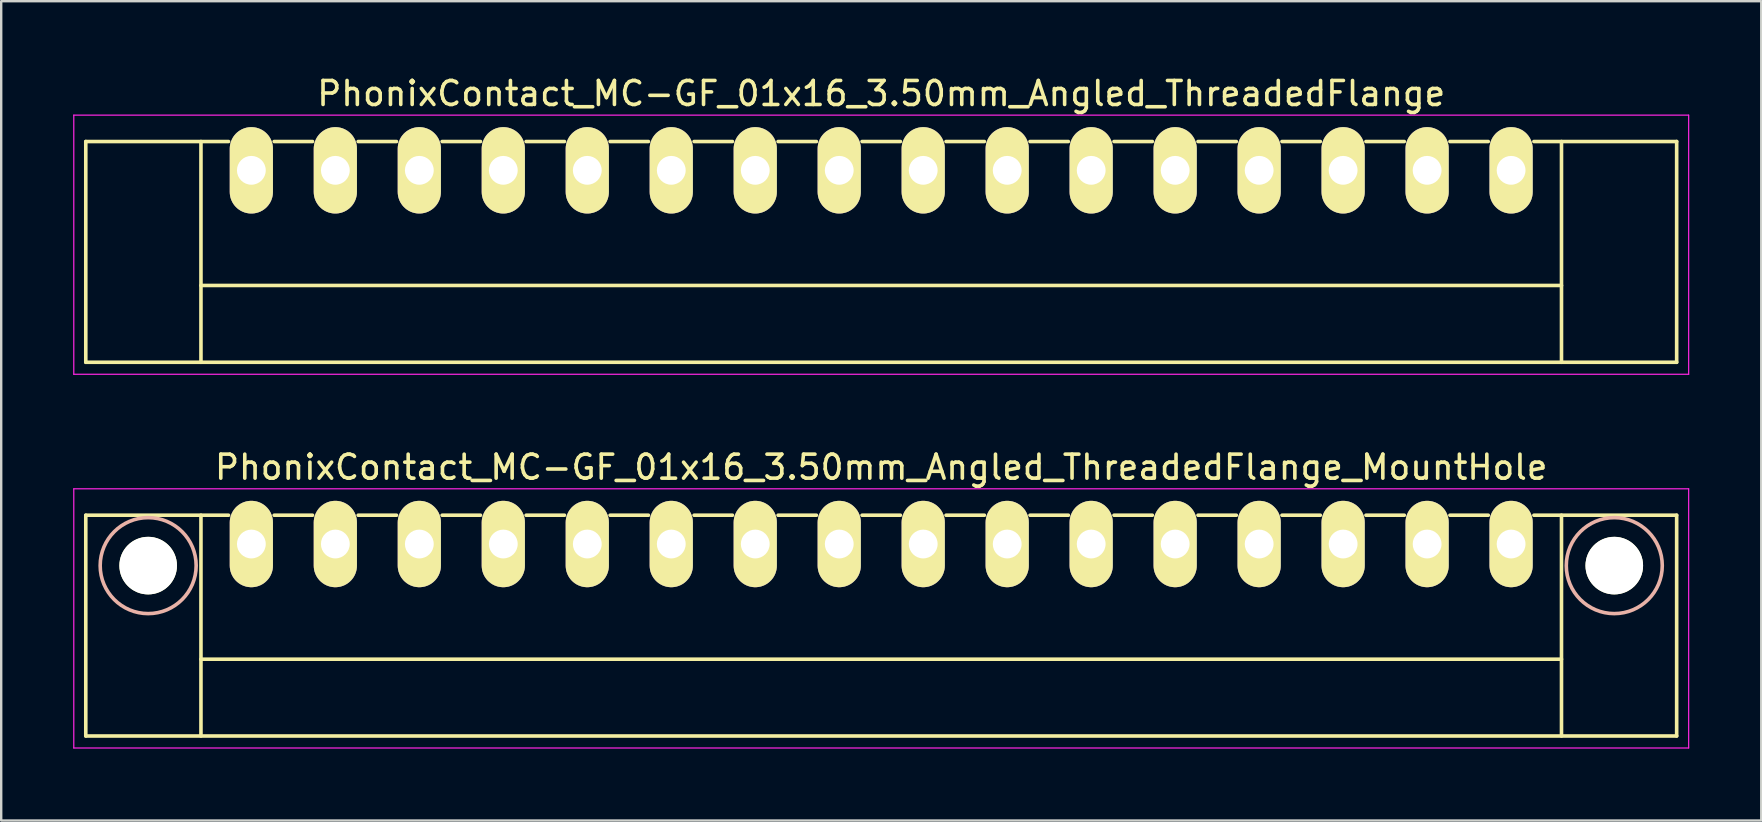
<source format=kicad_pcb>
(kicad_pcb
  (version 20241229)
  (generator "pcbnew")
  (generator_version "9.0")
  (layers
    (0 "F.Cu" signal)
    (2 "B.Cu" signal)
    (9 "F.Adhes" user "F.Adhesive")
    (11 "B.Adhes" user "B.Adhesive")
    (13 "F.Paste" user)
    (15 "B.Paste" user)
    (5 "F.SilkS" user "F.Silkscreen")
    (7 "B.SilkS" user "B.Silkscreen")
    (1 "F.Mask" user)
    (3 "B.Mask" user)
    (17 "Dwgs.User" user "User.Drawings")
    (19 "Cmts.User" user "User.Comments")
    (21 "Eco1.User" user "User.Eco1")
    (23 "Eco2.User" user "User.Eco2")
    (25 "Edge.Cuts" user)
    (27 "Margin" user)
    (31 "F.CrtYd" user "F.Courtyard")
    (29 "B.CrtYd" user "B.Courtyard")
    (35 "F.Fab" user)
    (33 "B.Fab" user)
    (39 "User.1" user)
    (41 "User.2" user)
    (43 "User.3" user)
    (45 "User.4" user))
  (footprint "PhonixContact_MC-GF_01x16_3.50mm_Angled_ThreadedFlange"
    (layer "F.Cu")
    (at 7.425 4.048)
    (property "Reference" "PhonixContact_MC-GF_01x16_3.50mm_Angled_ThreadedFlange" (at 26.25 -3.2 0) (layer "F.SilkS") (effects (font (size 1 1) (thickness 0.15))))
    (attr through_hole)
    (fp_line (start -6.9 -1.2) (end -6.9 8) (stroke (width 0.15) (type solid)) (layer "F.SilkS"))
    (fp_line (start -6.9 -1.2) (end -0.95 -1.2) (stroke (width 0.15) (type solid)) (layer "F.SilkS"))
    (fp_line (start -6.9 8) (end 59.4 8) (stroke (width 0.15) (type solid)) (layer "F.SilkS"))
    (fp_line (start -2.1 -1.2) (end -2.1 8) (stroke (width 0.15) (type solid)) (layer "F.SilkS"))
    (fp_line (start -2.1 4.8) (end 54.6 4.8) (stroke (width 0.15) (type solid)) (layer "F.SilkS"))
    (fp_line (start 0.95 -1.2) (end 2.55 -1.2) (stroke (width 0.15) (type solid)) (layer "F.SilkS"))
    (fp_line (start 4.45 -1.2) (end 6.05 -1.2) (stroke (width 0.15) (type solid)) (layer "F.SilkS"))
    (fp_line (start 7.95 -1.2) (end 9.55 -1.2) (stroke (width 0.15) (type solid)) (layer "F.SilkS"))
    (fp_line (start 11.45 -1.2) (end 13.05 -1.2) (stroke (width 0.15) (type solid)) (layer "F.SilkS"))
    (fp_line (start 14.95 -1.2) (end 16.55 -1.2) (stroke (width 0.15) (type solid)) (layer "F.SilkS"))
    (fp_line (start 18.45 -1.2) (end 20.05 -1.2) (stroke (width 0.15) (type solid)) (layer "F.SilkS"))
    (fp_line (start 21.95 -1.2) (end 23.55 -1.2) (stroke (width 0.15) (type solid)) (layer "F.SilkS"))
    (fp_line (start 25.45 -1.2) (end 27.05 -1.2) (stroke (width 0.15) (type solid)) (layer "F.SilkS"))
    (fp_line (start 28.95 -1.2) (end 30.55 -1.2) (stroke (width 0.15) (type solid)) (layer "F.SilkS"))
    (fp_line (start 32.45 -1.2) (end 34.05 -1.2) (stroke (width 0.15) (type solid)) (layer "F.SilkS"))
    (fp_line (start 35.95 -1.2) (end 37.55 -1.2) (stroke (width 0.15) (type solid)) (layer "F.SilkS"))
    (fp_line (start 39.45 -1.2) (end 41.05 -1.2) (stroke (width 0.15) (type solid)) (layer "F.SilkS"))
    (fp_line (start 42.95 -1.2) (end 44.55 -1.2) (stroke (width 0.15) (type solid)) (layer "F.SilkS"))
    (fp_line (start 46.45 -1.2) (end 48.05 -1.2) (stroke (width 0.15) (type solid)) (layer "F.SilkS"))
    (fp_line (start 49.95 -1.2) (end 51.55 -1.2) (stroke (width 0.15) (type solid)) (layer "F.SilkS"))
    (fp_line (start 54.6 -1.2) (end 54.6 8) (stroke (width 0.15) (type solid)) (layer "F.SilkS"))
    (fp_line (start 59.4 -1.2) (end 53.45 -1.2) (stroke (width 0.15) (type solid)) (layer "F.SilkS"))
    (fp_line (start 59.4 8) (end 59.4 -1.2) (stroke (width 0.15) (type solid)) (layer "F.SilkS"))
    (fp_line (start -7.4 -2.3) (end -7.4 8.5) (stroke (width 0.05) (type solid)) (layer "F.CrtYd"))
    (fp_line (start -7.4 8.5) (end 59.9 8.5) (stroke (width 0.05) (type solid)) (layer "F.CrtYd"))
    (fp_line (start 59.9 -2.3) (end -7.4 -2.3) (stroke (width 0.05) (type solid)) (layer "F.CrtYd"))
    (fp_line (start 59.9 8.5) (end 59.9 -2.3) (stroke (width 0.05) (type solid)) (layer "F.CrtYd"))
    (pad "1" thru_hole oval (at 0 0) (size 1.8 3.6) (drill 1.2) (layers "*.Cu" "*.Mask" "F.SilkS"))
    (pad "2" thru_hole oval (at 3.5 0) (size 1.8 3.6) (drill 1.2) (layers "*.Cu" "*.Mask" "F.SilkS"))
    (pad "3" thru_hole oval (at 7 0) (size 1.8 3.6) (drill 1.2) (layers "*.Cu" "*.Mask" "F.SilkS"))
    (pad "4" thru_hole oval (at 10.5 0) (size 1.8 3.6) (drill 1.2) (layers "*.Cu" "*.Mask" "F.SilkS"))
    (pad "5" thru_hole oval (at 14 0) (size 1.8 3.6) (drill 1.2) (layers "*.Cu" "*.Mask" "F.SilkS"))
    (pad "6" thru_hole oval (at 17.5 0) (size 1.8 3.6) (drill 1.2) (layers "*.Cu" "*.Mask" "F.SilkS"))
    (pad "7" thru_hole oval (at 21 0) (size 1.8 3.6) (drill 1.2) (layers "*.Cu" "*.Mask" "F.SilkS"))
    (pad "8" thru_hole oval (at 24.5 0) (size 1.8 3.6) (drill 1.2) (layers "*.Cu" "*.Mask" "F.SilkS"))
    (pad "9" thru_hole oval (at 28 0) (size 1.8 3.6) (drill 1.2) (layers "*.Cu" "*.Mask" "F.SilkS"))
    (pad "10" thru_hole oval (at 31.5 0) (size 1.8 3.6) (drill 1.2) (layers "*.Cu" "*.Mask" "F.SilkS"))
    (pad "11" thru_hole oval (at 35 0) (size 1.8 3.6) (drill 1.2) (layers "*.Cu" "*.Mask" "F.SilkS"))
    (pad "12" thru_hole oval (at 38.5 0) (size 1.8 3.6) (drill 1.2) (layers "*.Cu" "*.Mask" "F.SilkS"))
    (pad "13" thru_hole oval (at 42 0) (size 1.8 3.6) (drill 1.2) (layers "*.Cu" "*.Mask" "F.SilkS"))
    (pad "14" thru_hole oval (at 45.5 0) (size 1.8 3.6) (drill 1.2) (layers "*.Cu" "*.Mask" "F.SilkS"))
    (pad "15" thru_hole oval (at 49 0) (size 1.8 3.6) (drill 1.2) (layers "*.Cu" "*.Mask" "F.SilkS"))
    (pad "16" thru_hole oval (at 52.5 0) (size 1.8 3.6) (drill 1.2) (layers "*.Cu" "*.Mask" "F.SilkS")))
  (footprint "PhonixContact_MC-GF_01x16_3.50mm_Angled_ThreadedFlange_MountHole"
    (layer "F.Cu")
    (at 7.425 19.622)
    (property "Reference" "PhonixContact_MC-GF_01x16_3.50mm_Angled_ThreadedFlange_MountHole" (at 26.25 -3.2 0) (layer "F.SilkS") (effects (font (size 1 1) (thickness 0.15))))
    (attr through_hole)
    (fp_line (start -6.9 -1.2) (end -6.9 8) (stroke (width 0.15) (type solid)) (layer "F.SilkS"))
    (fp_line (start -6.9 -1.2) (end -0.95 -1.2) (stroke (width 0.15) (type solid)) (layer "F.SilkS"))
    (fp_line (start -6.9 8) (end 59.4 8) (stroke (width 0.15) (type solid)) (layer "F.SilkS"))
    (fp_line (start -2.1 -1.2) (end -2.1 8) (stroke (width 0.15) (type solid)) (layer "F.SilkS"))
    (fp_line (start -2.1 4.8) (end 54.6 4.8) (stroke (width 0.15) (type solid)) (layer "F.SilkS"))
    (fp_line (start 0.95 -1.2) (end 2.55 -1.2) (stroke (width 0.15) (type solid)) (layer "F.SilkS"))
    (fp_line (start 4.45 -1.2) (end 6.05 -1.2) (stroke (width 0.15) (type solid)) (layer "F.SilkS"))
    (fp_line (start 7.95 -1.2) (end 9.55 -1.2) (stroke (width 0.15) (type solid)) (layer "F.SilkS"))
    (fp_line (start 11.45 -1.2) (end 13.05 -1.2) (stroke (width 0.15) (type solid)) (layer "F.SilkS"))
    (fp_line (start 14.95 -1.2) (end 16.55 -1.2) (stroke (width 0.15) (type solid)) (layer "F.SilkS"))
    (fp_line (start 18.45 -1.2) (end 20.05 -1.2) (stroke (width 0.15) (type solid)) (layer "F.SilkS"))
    (fp_line (start 21.95 -1.2) (end 23.55 -1.2) (stroke (width 0.15) (type solid)) (layer "F.SilkS"))
    (fp_line (start 25.45 -1.2) (end 27.05 -1.2) (stroke (width 0.15) (type solid)) (layer "F.SilkS"))
    (fp_line (start 28.95 -1.2) (end 30.55 -1.2) (stroke (width 0.15) (type solid)) (layer "F.SilkS"))
    (fp_line (start 32.45 -1.2) (end 34.05 -1.2) (stroke (width 0.15) (type solid)) (layer "F.SilkS"))
    (fp_line (start 35.95 -1.2) (end 37.55 -1.2) (stroke (width 0.15) (type solid)) (layer "F.SilkS"))
    (fp_line (start 39.45 -1.2) (end 41.05 -1.2) (stroke (width 0.15) (type solid)) (layer "F.SilkS"))
    (fp_line (start 42.95 -1.2) (end 44.55 -1.2) (stroke (width 0.15) (type solid)) (layer "F.SilkS"))
    (fp_line (start 46.45 -1.2) (end 48.05 -1.2) (stroke (width 0.15) (type solid)) (layer "F.SilkS"))
    (fp_line (start 49.95 -1.2) (end 51.55 -1.2) (stroke (width 0.15) (type solid)) (layer "F.SilkS"))
    (fp_line (start 54.6 -1.2) (end 54.6 8) (stroke (width 0.15) (type solid)) (layer "F.SilkS"))
    (fp_line (start 59.4 -1.2) (end 53.45 -1.2) (stroke (width 0.15) (type solid)) (layer "F.SilkS"))
    (fp_line (start 59.4 8) (end 59.4 -1.2) (stroke (width 0.15) (type solid)) (layer "F.SilkS"))
    (fp_circle (center -4.3 0.9) (end -2.3 0.9) (stroke (width 0.15) (type solid)) (fill no) (layer "B.SilkS"))
    (fp_circle (center 56.8 0.9) (end 58.8 0.9) (stroke (width 0.15) (type solid)) (fill no) (layer "B.SilkS"))
    (fp_line (start -7.4 -2.3) (end -7.4 8.5) (stroke (width 0.05) (type solid)) (layer "F.CrtYd"))
    (fp_line (start -7.4 8.5) (end 59.9 8.5) (stroke (width 0.05) (type solid)) (layer "F.CrtYd"))
    (fp_line (start 59.9 -2.3) (end -7.4 -2.3) (stroke (width 0.05) (type solid)) (layer "F.CrtYd"))
    (fp_line (start 59.9 8.5) (end 59.9 -2.3) (stroke (width 0.05) (type solid)) (layer "F.CrtYd"))
    (pad "" np_thru_hole circle (at -4.3 0.9) (size 2.4 2.4) (drill 2.4) (layers "*.Cu" "*.Mask" "F.SilkS"))
    (pad "" np_thru_hole circle (at 56.8 0.9) (size 2.4 2.4) (drill 2.4) (layers "*.Cu" "*.Mask" "F.SilkS"))
    (pad "1" thru_hole oval (at 0 0) (size 1.8 3.6) (drill 1.2) (layers "*.Cu" "*.Mask" "F.SilkS"))
    (pad "2" thru_hole oval (at 3.5 0) (size 1.8 3.6) (drill 1.2) (layers "*.Cu" "*.Mask" "F.SilkS"))
    (pad "3" thru_hole oval (at 7 0) (size 1.8 3.6) (drill 1.2) (layers "*.Cu" "*.Mask" "F.SilkS"))
    (pad "4" thru_hole oval (at 10.5 0) (size 1.8 3.6) (drill 1.2) (layers "*.Cu" "*.Mask" "F.SilkS"))
    (pad "5" thru_hole oval (at 14 0) (size 1.8 3.6) (drill 1.2) (layers "*.Cu" "*.Mask" "F.SilkS"))
    (pad "6" thru_hole oval (at 17.5 0) (size 1.8 3.6) (drill 1.2) (layers "*.Cu" "*.Mask" "F.SilkS"))
    (pad "7" thru_hole oval (at 21 0) (size 1.8 3.6) (drill 1.2) (layers "*.Cu" "*.Mask" "F.SilkS"))
    (pad "8" thru_hole oval (at 24.5 0) (size 1.8 3.6) (drill 1.2) (layers "*.Cu" "*.Mask" "F.SilkS"))
    (pad "9" thru_hole oval (at 28 0) (size 1.8 3.6) (drill 1.2) (layers "*.Cu" "*.Mask" "F.SilkS"))
    (pad "10" thru_hole oval (at 31.5 0) (size 1.8 3.6) (drill 1.2) (layers "*.Cu" "*.Mask" "F.SilkS"))
    (pad "11" thru_hole oval (at 35 0) (size 1.8 3.6) (drill 1.2) (layers "*.Cu" "*.Mask" "F.SilkS"))
    (pad "12" thru_hole oval (at 38.5 0) (size 1.8 3.6) (drill 1.2) (layers "*.Cu" "*.Mask" "F.SilkS"))
    (pad "13" thru_hole oval (at 42 0) (size 1.8 3.6) (drill 1.2) (layers "*.Cu" "*.Mask" "F.SilkS"))
    (pad "14" thru_hole oval (at 45.5 0) (size 1.8 3.6) (drill 1.2) (layers "*.Cu" "*.Mask" "F.SilkS"))
    (pad "15" thru_hole oval (at 49 0) (size 1.8 3.6) (drill 1.2) (layers "*.Cu" "*.Mask" "F.SilkS"))
    (pad "16" thru_hole oval (at 52.5 0) (size 1.8 3.6) (drill 1.2) (layers "*.Cu" "*.Mask" "F.SilkS")))
  (gr_rect
    (start -3 -3)
    (end 70.35 31.146)
    (stroke (width 0.1) (type default))
    (fill no)
    (layer "Edge.Cuts")))
</source>
